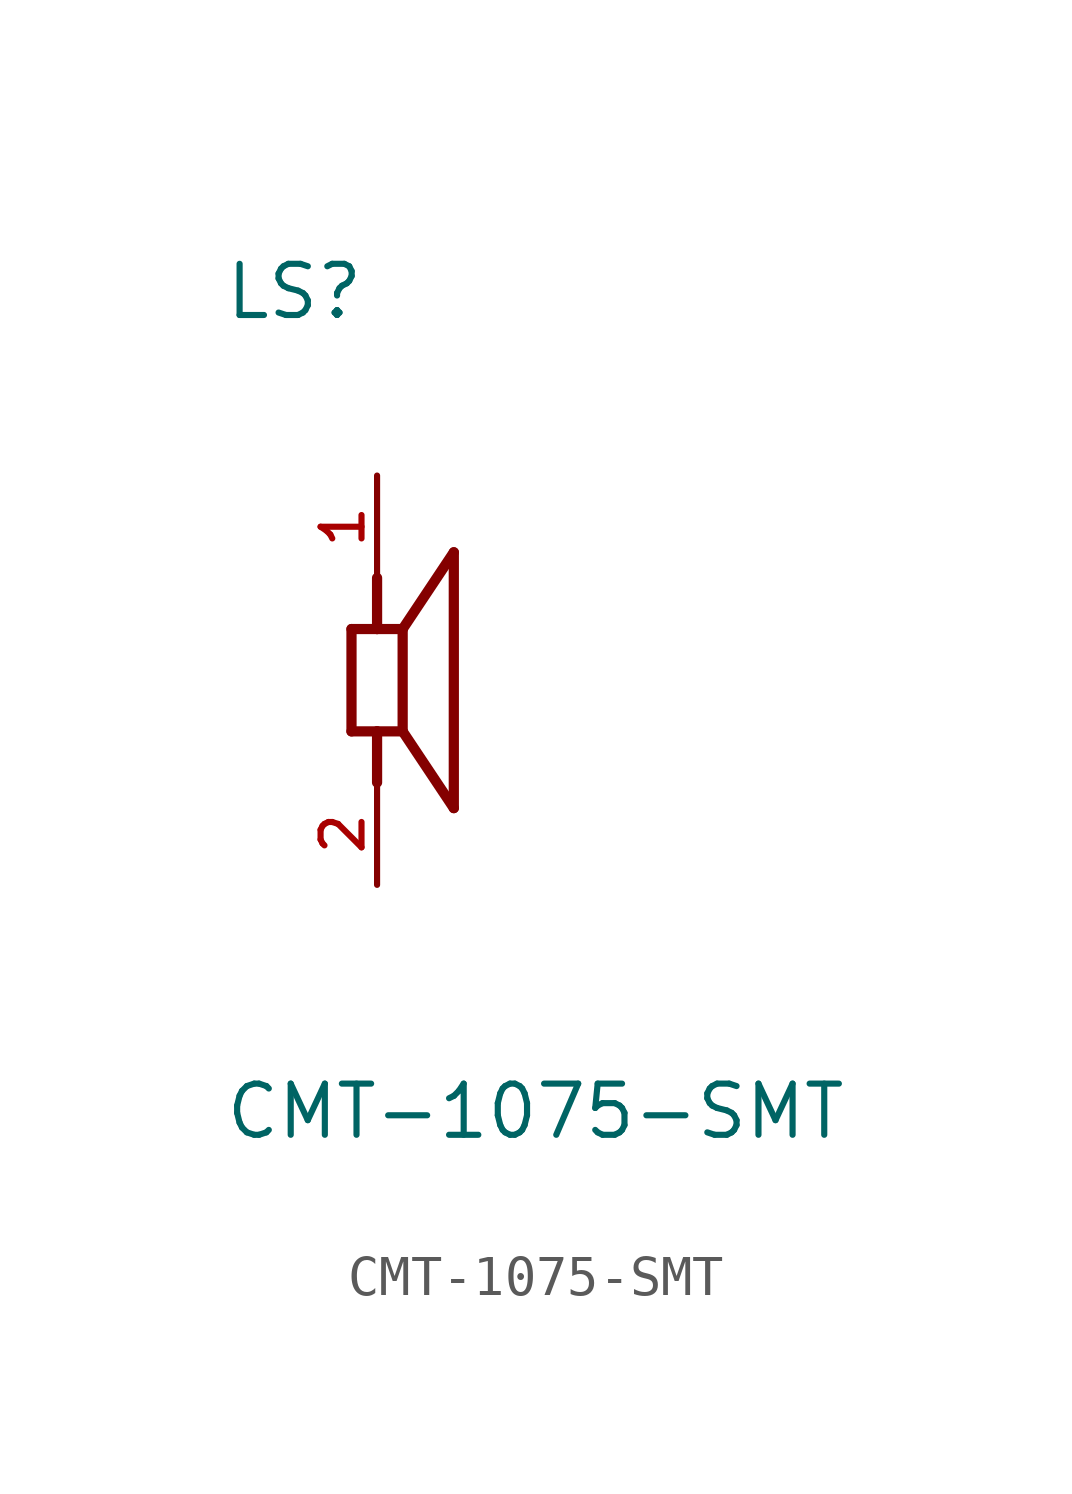
<source format=kicad_sym>
(kicad_symbol_lib
  (version 20220914)
  (generator kicad_symbol_editor)
  (symbol "CMT-1075-SMT"
    (pin_names
      (offset 1.016))
    (property "Reference" "LS"
      (at -3.815 8.903 0)
      (effects (font (size 1.27 1.27)) (justify left bottom)))
    (property "Value" "CMT-1075-SMT"
      (at -3.816 -11.448 0)
      (effects (font (size 1.27 1.27)) (justify left bottom)))
    (symbol "CMT-1075-SMT_0_0"
      (polyline (pts (xy -0.635 -1.27) (xy -0.635 1.27)) (stroke (width 0.254) (type default)) (fill (type none)))
      (polyline (pts (xy -0.635 1.27) (xy 0 1.27)) (stroke (width 0.254) (type default)) (fill (type none)))
      (polyline (pts (xy 0 -1.27) (xy -0.635 -1.27)) (stroke (width 0.254) (type default)) (fill (type none)))
      (polyline (pts (xy 0 -1.27) (xy 0 -2.54)) (stroke (width 0.254) (type default)) (fill (type none)))
      (polyline (pts (xy 0 1.27) (xy 0 2.54)) (stroke (width 0.254) (type default)) (fill (type none)))
      (polyline (pts (xy 0 1.27) (xy 0.635 1.27)) (stroke (width 0.254) (type default)) (fill (type none)))
      (polyline (pts (xy 0.635 -1.27) (xy 0 -1.27)) (stroke (width 0.254) (type default)) (fill (type none)))
      (polyline (pts (xy 0.635 1.27) (xy 0.635 -1.27)) (stroke (width 0.254) (type default)) (fill (type none)))
      (polyline (pts (xy 0.635 1.27) (xy 1.905 3.175)) (stroke (width 0.254) (type default)) (fill (type none)))
      (polyline (pts (xy 1.905 -3.175) (xy 0.635 -1.27)) (stroke (width 0.254) (type default)) (fill (type none)))
      (polyline (pts (xy 1.905 3.175) (xy 1.905 -3.175)) (stroke (width 0.254) (type default)) (fill (type none)))
      (pin passive line (at 0 5.08 270) (length 2.54) (name "~" (effects (font (size 1.016 1.016)))) (number "1" (effects (font (size 1.016 1.016)))))
      (pin passive line (at 0 -5.08 90) (length 2.54) (name "~" (effects (font (size 1.016 1.016)))) (number "2" (effects (font (size 1.016 1.016))))))))
</source>
